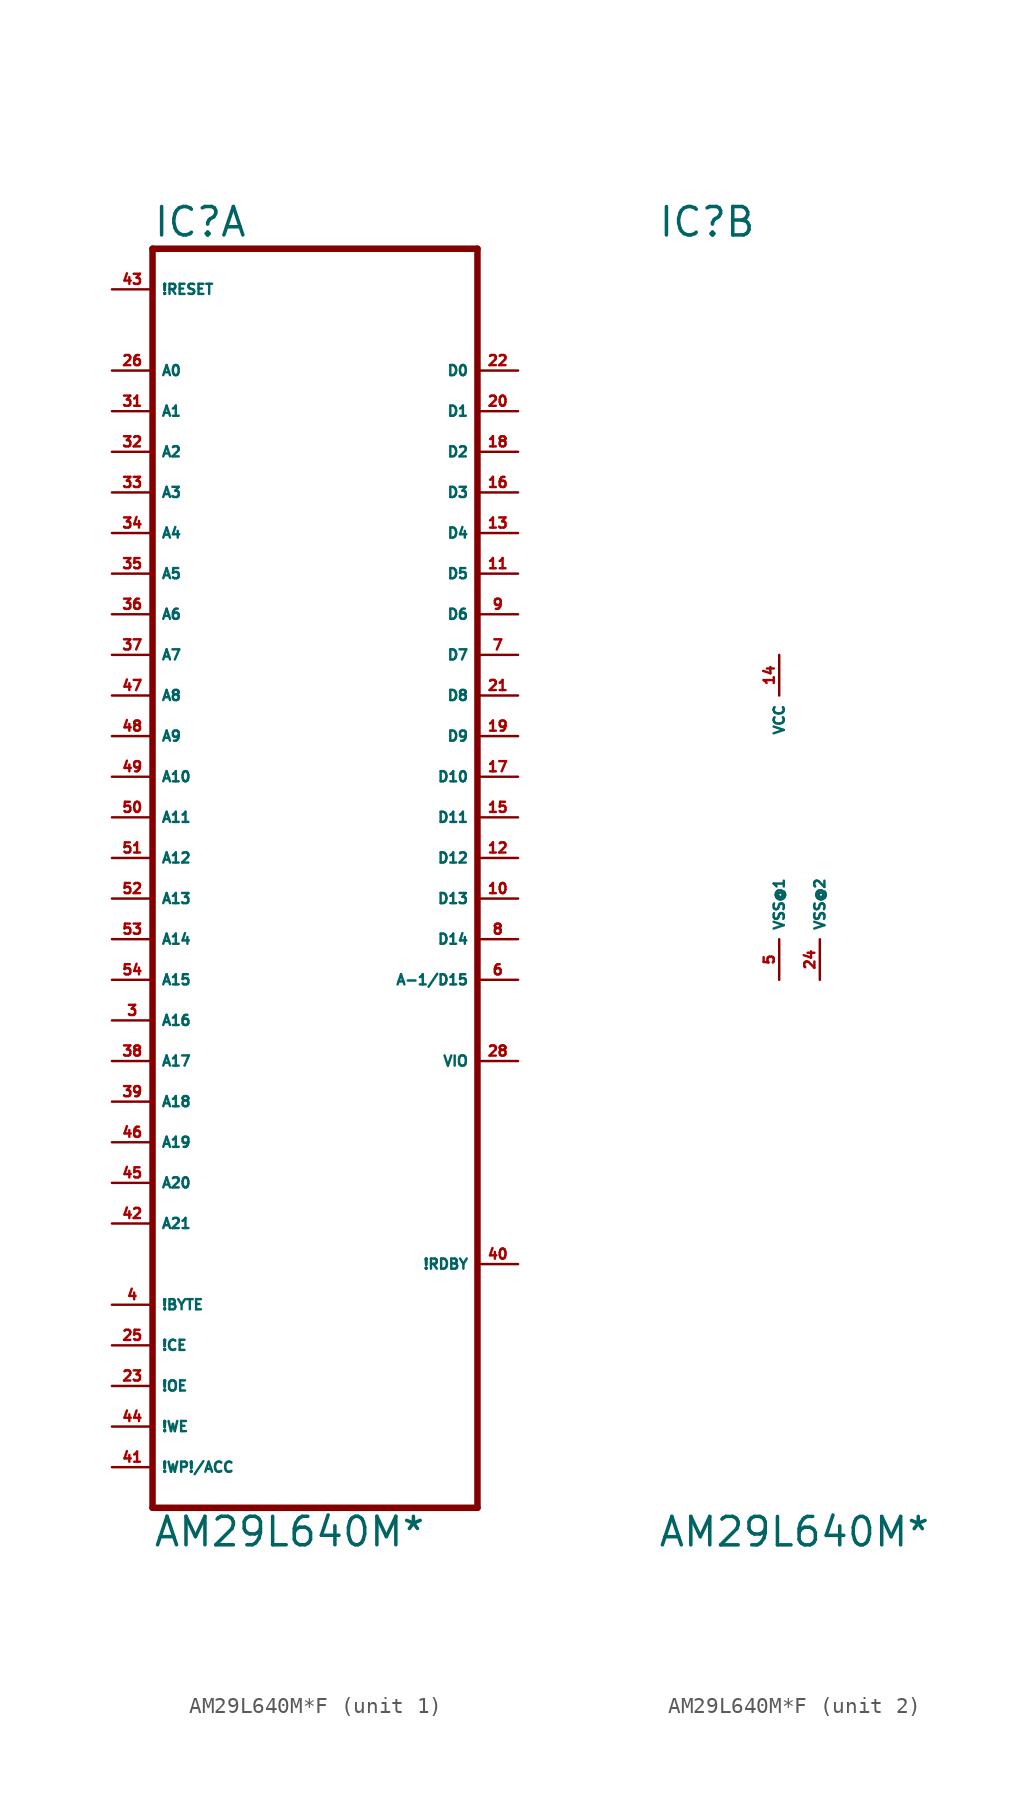
<source format=kicad_sym>
(kicad_symbol_lib
  (version 20220914)
  (generator Eagle2Kicad)
  (symbol "AM29L640M*F"
    (property "Reference" "IC"
      (at -10.16 33.655 0)
      (effects (font (size 1.778 1.778) (thickness 0.22)) (justify left bottom)))
    (property "Value" "AM29L640M*"
      (at -10.16 -48.26 0)
      (effects (font (size 1.778 1.778) (thickness 0.22)) (justify left bottom)))
    (symbol "AM29L640M*F_1_0"
      (polyline (pts (xy -10.16 -45.72) (xy 10.16 -45.72)) (stroke (width 0.406) (type default)) (fill (type none)))
      (polyline (pts (xy 10.16 -45.72) (xy 10.16 33.02)) (stroke (width 0.406) (type default)) (fill (type none)))
      (polyline (pts (xy 10.16 33.02) (xy -10.16 33.02)) (stroke (width 0.406) (type default)) (fill (type none)))
      (polyline (pts (xy -10.16 33.02) (xy -10.16 -45.72)) (stroke (width 0.406) (type default)) (fill (type none)))
      (pin input line (at -12.7 -40.64 0) (length 2.54) (name "!WE" (effects (font (size 0.635 0.635) (thickness 0.08)) (justify left bottom))) (number "44" (effects (font (size 0.635 0.635) (thickness 0.08)) (justify left bottom))))
      (pin input line (at -12.7 -5.08 0) (length 2.54) (name "A12" (effects (font (size 0.635 0.635) (thickness 0.08)) (justify left bottom))) (number "51" (effects (font (size 0.635 0.635) (thickness 0.08)) (justify left bottom))))
      (pin input line (at -12.7 7.62 0) (length 2.54) (name "A7" (effects (font (size 0.635 0.635) (thickness 0.08)) (justify left bottom))) (number "37" (effects (font (size 0.635 0.635) (thickness 0.08)) (justify left bottom))))
      (pin input line (at -12.7 10.16 0) (length 2.54) (name "A6" (effects (font (size 0.635 0.635) (thickness 0.08)) (justify left bottom))) (number "36" (effects (font (size 0.635 0.635) (thickness 0.08)) (justify left bottom))))
      (pin input line (at -12.7 12.7 0) (length 2.54) (name "A5" (effects (font (size 0.635 0.635) (thickness 0.08)) (justify left bottom))) (number "35" (effects (font (size 0.635 0.635) (thickness 0.08)) (justify left bottom))))
      (pin input line (at -12.7 15.24 0) (length 2.54) (name "A4" (effects (font (size 0.635 0.635) (thickness 0.08)) (justify left bottom))) (number "34" (effects (font (size 0.635 0.635) (thickness 0.08)) (justify left bottom))))
      (pin input line (at -12.7 17.78 0) (length 2.54) (name "A3" (effects (font (size 0.635 0.635) (thickness 0.08)) (justify left bottom))) (number "33" (effects (font (size 0.635 0.635) (thickness 0.08)) (justify left bottom))))
      (pin input line (at -12.7 20.32 0) (length 2.54) (name "A2" (effects (font (size 0.635 0.635) (thickness 0.08)) (justify left bottom))) (number "32" (effects (font (size 0.635 0.635) (thickness 0.08)) (justify left bottom))))
      (pin input line (at -12.7 22.86 0) (length 2.54) (name "A1" (effects (font (size 0.635 0.635) (thickness 0.08)) (justify left bottom))) (number "31" (effects (font (size 0.635 0.635) (thickness 0.08)) (justify left bottom))))
      (pin input line (at -12.7 25.4 0) (length 2.54) (name "A0" (effects (font (size 0.635 0.635) (thickness 0.08)) (justify left bottom))) (number "26" (effects (font (size 0.635 0.635) (thickness 0.08)) (justify left bottom))))
      (pin tri_state line (at 12.7 25.4 180) (length 2.54) (name "D0" (effects (font (size 0.635 0.635) (thickness 0.08)) (justify left bottom))) (number "22" (effects (font (size 0.635 0.635) (thickness 0.08)) (justify left bottom))))
      (pin input line (at -12.7 -35.56 0) (length 2.54) (name "!CE" (effects (font (size 0.635 0.635) (thickness 0.08)) (justify left bottom))) (number "25" (effects (font (size 0.635 0.635) (thickness 0.08)) (justify left bottom))))
      (pin input line (at -12.7 0 0) (length 2.54) (name "A10" (effects (font (size 0.635 0.635) (thickness 0.08)) (justify left bottom))) (number "49" (effects (font (size 0.635 0.635) (thickness 0.08)) (justify left bottom))))
      (pin input line (at -12.7 -38.1 0) (length 2.54) (name "!OE" (effects (font (size 0.635 0.635) (thickness 0.08)) (justify left bottom))) (number "23" (effects (font (size 0.635 0.635) (thickness 0.08)) (justify left bottom))))
      (pin input line (at -12.7 -2.54 0) (length 2.54) (name "A11" (effects (font (size 0.635 0.635) (thickness 0.08)) (justify left bottom))) (number "50" (effects (font (size 0.635 0.635) (thickness 0.08)) (justify left bottom))))
      (pin input line (at -12.7 2.54 0) (length 2.54) (name "A9" (effects (font (size 0.635 0.635) (thickness 0.08)) (justify left bottom))) (number "48" (effects (font (size 0.635 0.635) (thickness 0.08)) (justify left bottom))))
      (pin input line (at -12.7 5.08 0) (length 2.54) (name "A8" (effects (font (size 0.635 0.635) (thickness 0.08)) (justify left bottom))) (number "47" (effects (font (size 0.635 0.635) (thickness 0.08)) (justify left bottom))))
      (pin input line (at -12.7 -7.62 0) (length 2.54) (name "A13" (effects (font (size 0.635 0.635) (thickness 0.08)) (justify left bottom))) (number "52" (effects (font (size 0.635 0.635) (thickness 0.08)) (justify left bottom))))
      (pin input line (at -12.7 -10.16 0) (length 2.54) (name "A14" (effects (font (size 0.635 0.635) (thickness 0.08)) (justify left bottom))) (number "53" (effects (font (size 0.635 0.635) (thickness 0.08)) (justify left bottom))))
      (pin input line (at -12.7 -12.7 0) (length 2.54) (name "A15" (effects (font (size 0.635 0.635) (thickness 0.08)) (justify left bottom))) (number "54" (effects (font (size 0.635 0.635) (thickness 0.08)) (justify left bottom))))
      (pin input line (at -12.7 -15.24 0) (length 2.54) (name "A16" (effects (font (size 0.635 0.635) (thickness 0.08)) (justify left bottom))) (number "3" (effects (font (size 0.635 0.635) (thickness 0.08)) (justify left bottom))))
      (pin input line (at -12.7 -17.78 0) (length 2.54) (name "A17" (effects (font (size 0.635 0.635) (thickness 0.08)) (justify left bottom))) (number "38" (effects (font (size 0.635 0.635) (thickness 0.08)) (justify left bottom))))
      (pin tri_state line (at 12.7 22.86 180) (length 2.54) (name "D1" (effects (font (size 0.635 0.635) (thickness 0.08)) (justify left bottom))) (number "20" (effects (font (size 0.635 0.635) (thickness 0.08)) (justify left bottom))))
      (pin tri_state line (at 12.7 20.32 180) (length 2.54) (name "D2" (effects (font (size 0.635 0.635) (thickness 0.08)) (justify left bottom))) (number "18" (effects (font (size 0.635 0.635) (thickness 0.08)) (justify left bottom))))
      (pin tri_state line (at 12.7 17.78 180) (length 2.54) (name "D3" (effects (font (size 0.635 0.635) (thickness 0.08)) (justify left bottom))) (number "16" (effects (font (size 0.635 0.635) (thickness 0.08)) (justify left bottom))))
      (pin tri_state line (at 12.7 15.24 180) (length 2.54) (name "D4" (effects (font (size 0.635 0.635) (thickness 0.08)) (justify left bottom))) (number "13" (effects (font (size 0.635 0.635) (thickness 0.08)) (justify left bottom))))
      (pin tri_state line (at 12.7 12.7 180) (length 2.54) (name "D5" (effects (font (size 0.635 0.635) (thickness 0.08)) (justify left bottom))) (number "11" (effects (font (size 0.635 0.635) (thickness 0.08)) (justify left bottom))))
      (pin tri_state line (at 12.7 10.16 180) (length 2.54) (name "D6" (effects (font (size 0.635 0.635) (thickness 0.08)) (justify left bottom))) (number "9" (effects (font (size 0.635 0.635) (thickness 0.08)) (justify left bottom))))
      (pin tri_state line (at 12.7 7.62 180) (length 2.54) (name "D7" (effects (font (size 0.635 0.635) (thickness 0.08)) (justify left bottom))) (number "7" (effects (font (size 0.635 0.635) (thickness 0.08)) (justify left bottom))))
      (pin output line (at 12.7 -30.48 180) (length 2.54) (name "!RDBY" (effects (font (size 0.635 0.635) (thickness 0.08)) (justify left bottom))) (number "40" (effects (font (size 0.635 0.635) (thickness 0.08)) (justify left bottom))))
      (pin input line (at -12.7 30.48 0) (length 2.54) (name "!RESET" (effects (font (size 0.635 0.635) (thickness 0.08)) (justify left bottom))) (number "43" (effects (font (size 0.635 0.635) (thickness 0.08)) (justify left bottom))))
      (pin tri_state line (at 12.7 5.08 180) (length 2.54) (name "D8" (effects (font (size 0.635 0.635) (thickness 0.08)) (justify left bottom))) (number "21" (effects (font (size 0.635 0.635) (thickness 0.08)) (justify left bottom))))
      (pin tri_state line (at 12.7 2.54 180) (length 2.54) (name "D9" (effects (font (size 0.635 0.635) (thickness 0.08)) (justify left bottom))) (number "19" (effects (font (size 0.635 0.635) (thickness 0.08)) (justify left bottom))))
      (pin tri_state line (at 12.7 0 180) (length 2.54) (name "D10" (effects (font (size 0.635 0.635) (thickness 0.08)) (justify left bottom))) (number "17" (effects (font (size 0.635 0.635) (thickness 0.08)) (justify left bottom))))
      (pin tri_state line (at 12.7 -2.54 180) (length 2.54) (name "D11" (effects (font (size 0.635 0.635) (thickness 0.08)) (justify left bottom))) (number "15" (effects (font (size 0.635 0.635) (thickness 0.08)) (justify left bottom))))
      (pin tri_state line (at 12.7 -5.08 180) (length 2.54) (name "D12" (effects (font (size 0.635 0.635) (thickness 0.08)) (justify left bottom))) (number "12" (effects (font (size 0.635 0.635) (thickness 0.08)) (justify left bottom))))
      (pin tri_state line (at 12.7 -7.62 180) (length 2.54) (name "D13" (effects (font (size 0.635 0.635) (thickness 0.08)) (justify left bottom))) (number "10" (effects (font (size 0.635 0.635) (thickness 0.08)) (justify left bottom))))
      (pin tri_state line (at 12.7 -10.16 180) (length 2.54) (name "D14" (effects (font (size 0.635 0.635) (thickness 0.08)) (justify left bottom))) (number "8" (effects (font (size 0.635 0.635) (thickness 0.08)) (justify left bottom))))
      (pin tri_state line (at 12.7 -12.7 180) (length 2.54) (name "A-1/D15" (effects (font (size 0.635 0.635) (thickness 0.08)) (justify left bottom))) (number "6" (effects (font (size 0.635 0.635) (thickness 0.08)) (justify left bottom))))
      (pin input line (at -12.7 -33.02 0) (length 2.54) (name "!BYTE" (effects (font (size 0.635 0.635) (thickness 0.08)) (justify left bottom))) (number "4" (effects (font (size 0.635 0.635) (thickness 0.08)) (justify left bottom))))
      (pin input line (at -12.7 -20.32 0) (length 2.54) (name "A18" (effects (font (size 0.635 0.635) (thickness 0.08)) (justify left bottom))) (number "39" (effects (font (size 0.635 0.635) (thickness 0.08)) (justify left bottom))))
      (pin input line (at -12.7 -22.86 0) (length 2.54) (name "A19" (effects (font (size 0.635 0.635) (thickness 0.08)) (justify left bottom))) (number "46" (effects (font (size 0.635 0.635) (thickness 0.08)) (justify left bottom))))
      (pin input line (at -12.7 -25.4 0) (length 2.54) (name "A20" (effects (font (size 0.635 0.635) (thickness 0.08)) (justify left bottom))) (number "45" (effects (font (size 0.635 0.635) (thickness 0.08)) (justify left bottom))))
      (pin input line (at -12.7 -27.94 0) (length 2.54) (name "A21" (effects (font (size 0.635 0.635) (thickness 0.08)) (justify left bottom))) (number "42" (effects (font (size 0.635 0.635) (thickness 0.08)) (justify left bottom))))
      (pin input line (at -12.7 -43.18 0) (length 2.54) (name "!WP!/ACC" (effects (font (size 0.635 0.635) (thickness 0.08)) (justify left bottom))) (number "41" (effects (font (size 0.635 0.635) (thickness 0.08)) (justify left bottom))))
      (pin unspecified line (at 12.7 -17.78 180) (length 2.54) (name "VIO" (effects (font (size 0.635 0.635) (thickness 0.08)) (justify left bottom))) (number "28" (effects (font (size 0.635 0.635) (thickness 0.08)) (justify left bottom)))))
    (symbol "AM29L640M*F_2_0"
      (pin unspecified line (at -2.54 7.62 270) (length 2.54) (name "VCC" (effects (font (size 0.635 0.635) (thickness 0.08)) (justify left bottom))) (number "14" (effects (font (size 0.635 0.635) (thickness 0.08)) (justify left bottom))))
      (pin unspecified line (at -2.54 -12.7 90) (length 2.54) (name "VSS@1" (effects (font (size 0.635 0.635) (thickness 0.08)) (justify left bottom))) (number "5" (effects (font (size 0.635 0.635) (thickness 0.08)) (justify left bottom))))
      (pin unspecified line (at 0 -12.7 90) (length 2.54) (name "VSS@2" (effects (font (size 0.635 0.635) (thickness 0.08)) (justify left bottom))) (number "24" (effects (font (size 0.635 0.635) (thickness 0.08)) (justify left bottom)))))))
</source>
